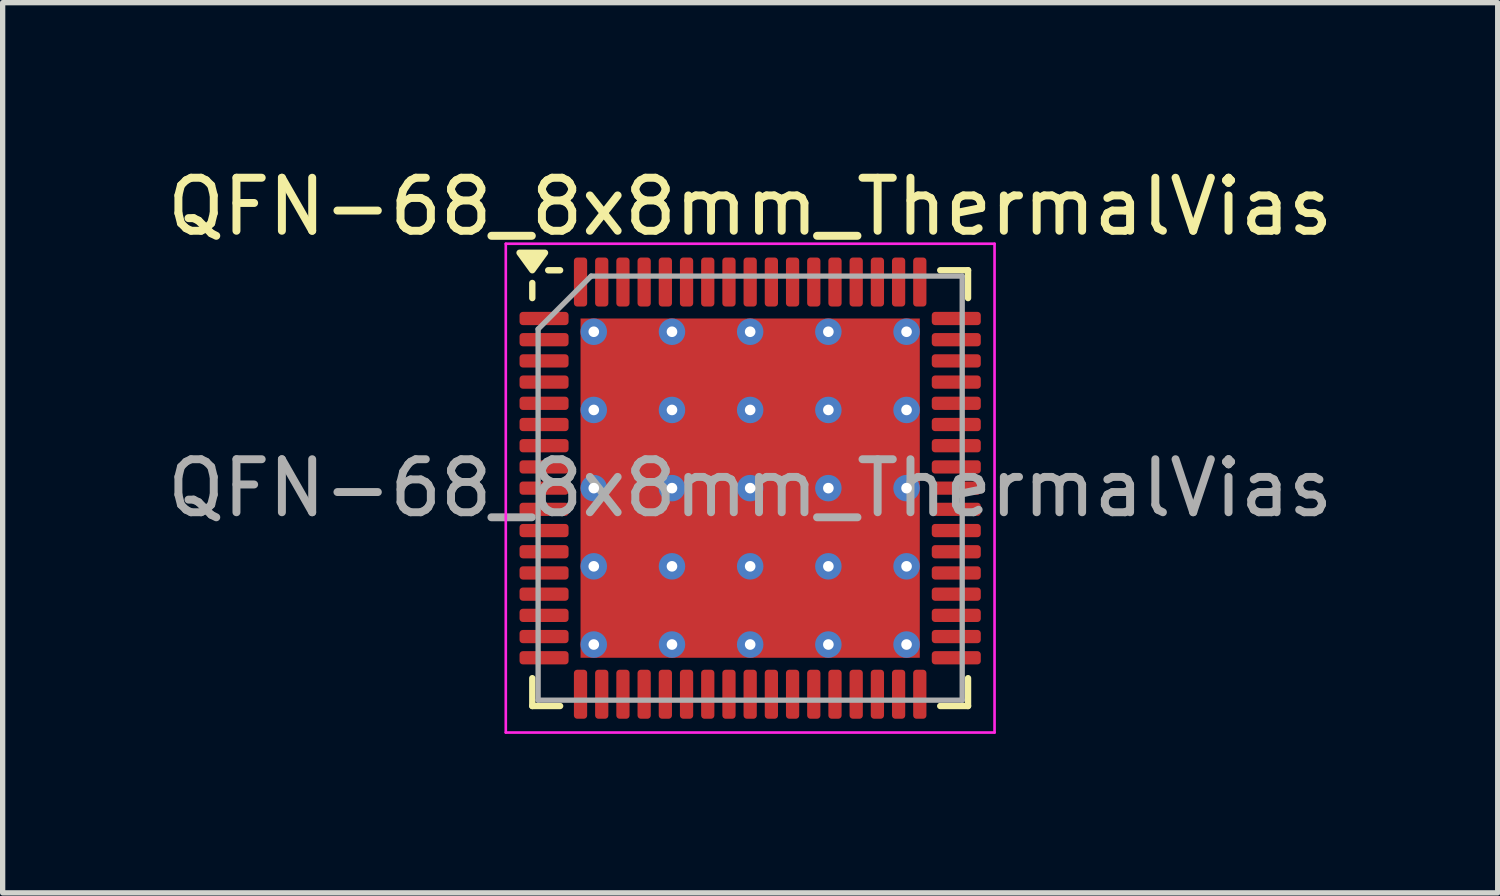
<source format=kicad_pcb>
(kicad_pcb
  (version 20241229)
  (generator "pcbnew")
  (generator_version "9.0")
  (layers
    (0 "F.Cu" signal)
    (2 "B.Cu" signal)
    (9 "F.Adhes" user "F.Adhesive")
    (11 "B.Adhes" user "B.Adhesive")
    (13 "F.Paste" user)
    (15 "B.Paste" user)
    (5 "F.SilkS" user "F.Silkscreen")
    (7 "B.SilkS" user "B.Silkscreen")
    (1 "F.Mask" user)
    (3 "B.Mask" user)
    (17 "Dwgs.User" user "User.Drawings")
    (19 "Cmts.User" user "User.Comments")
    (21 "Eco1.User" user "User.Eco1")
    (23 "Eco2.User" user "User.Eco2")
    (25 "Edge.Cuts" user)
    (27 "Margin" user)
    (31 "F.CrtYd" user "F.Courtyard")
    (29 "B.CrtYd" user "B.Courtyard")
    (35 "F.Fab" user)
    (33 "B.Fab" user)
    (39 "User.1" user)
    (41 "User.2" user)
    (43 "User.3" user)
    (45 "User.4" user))
  (footprint "QFN-68_8x8mm_ThermalVias"
    (layer "F.Cu")
    (at 11.101 6.158)
    (property "Reference" "QFN-68_8x8mm_ThermalVias" (at 0 -5.31 0) (layer "F.SilkS") (effects (font (size 1 1) (thickness 0.15))))
    (attr smd)
    (fp_line (start -4.11 -3.585) (end -4.11 -3.87) (stroke (width 0.12) (type solid)) (layer "F.SilkS"))
    (fp_line (start -4.11 4.11) (end -4.11 3.585) (stroke (width 0.12) (type solid)) (layer "F.SilkS"))
    (fp_line (start -3.585 -4.11) (end -3.81 -4.11) (stroke (width 0.12) (type solid)) (layer "F.SilkS"))
    (fp_line (start -3.585 4.11) (end -4.11 4.11) (stroke (width 0.12) (type solid)) (layer "F.SilkS"))
    (fp_line (start 3.585 -4.11) (end 4.11 -4.11) (stroke (width 0.12) (type solid)) (layer "F.SilkS"))
    (fp_line (start 3.585 4.11) (end 4.11 4.11) (stroke (width 0.12) (type solid)) (layer "F.SilkS"))
    (fp_line (start 4.11 -4.11) (end 4.11 -3.585) (stroke (width 0.12) (type solid)) (layer "F.SilkS"))
    (fp_line (start 4.11 4.11) (end 4.11 3.585) (stroke (width 0.12) (type solid)) (layer "F.SilkS"))
    (fp_poly (pts (xy -4.11 -4.11) (xy -4.35 -4.44) (xy -3.87 -4.44) (xy -4.11 -4.11)) (stroke (width 0.12) (type solid)) (fill yes) (layer "F.SilkS"))
    (fp_line (start -4.61 -4.61) (end -4.61 4.61) (stroke (width 0.05) (type solid)) (layer "F.CrtYd"))
    (fp_line (start -4.61 4.61) (end 4.61 4.61) (stroke (width 0.05) (type solid)) (layer "F.CrtYd"))
    (fp_line (start 4.61 -4.61) (end -4.61 -4.61) (stroke (width 0.05) (type solid)) (layer "F.CrtYd"))
    (fp_line (start 4.61 4.61) (end 4.61 -4.61) (stroke (width 0.05) (type solid)) (layer "F.CrtYd"))
    (fp_line (start -4 -3) (end -3 -4) (stroke (width 0.1) (type solid)) (layer "F.Fab"))
    (fp_line (start -4 4) (end -4 -3) (stroke (width 0.1) (type solid)) (layer "F.Fab"))
    (fp_line (start -3 -4) (end 4 -4) (stroke (width 0.1) (type solid)) (layer "F.Fab"))
    (fp_line (start 4 -4) (end 4 4) (stroke (width 0.1) (type solid)) (layer "F.Fab"))
    (fp_line (start 4 4) (end -4 4) (stroke (width 0.1) (type solid)) (layer "F.Fab"))
    (fp_text user "${REFERENCE}" (at 0 0 0) (layer "F.Fab") (effects (font (size 1 1) (thickness 0.15))))
    (pad "" smd roundrect (at -2.212 -2.212) (size 1.239 1.239) (layers "F.Paste") (roundrect_rratio 0.202))
    (pad "" smd roundrect (at -2.212 -0.738) (size 1.239 1.239) (layers "F.Paste") (roundrect_rratio 0.202))
    (pad "" smd roundrect (at -2.212 0.738) (size 1.239 1.239) (layers "F.Paste") (roundrect_rratio 0.202))
    (pad "" smd roundrect (at -2.212 2.212) (size 1.239 1.239) (layers "F.Paste") (roundrect_rratio 0.202))
    (pad "" smd roundrect (at -0.738 -2.212) (size 1.239 1.239) (layers "F.Paste") (roundrect_rratio 0.202))
    (pad "" smd roundrect (at -0.738 -0.738) (size 1.239 1.239) (layers "F.Paste") (roundrect_rratio 0.202))
    (pad "" smd roundrect (at -0.738 0.738) (size 1.239 1.239) (layers "F.Paste") (roundrect_rratio 0.202))
    (pad "" smd roundrect (at -0.738 2.212) (size 1.239 1.239) (layers "F.Paste") (roundrect_rratio 0.202))
    (pad "" smd roundrect (at 0.738 -2.212) (size 1.239 1.239) (layers "F.Paste") (roundrect_rratio 0.202))
    (pad "" smd roundrect (at 0.738 -0.738) (size 1.239 1.239) (layers "F.Paste") (roundrect_rratio 0.202))
    (pad "" smd roundrect (at 0.738 0.738) (size 1.239 1.239) (layers "F.Paste") (roundrect_rratio 0.202))
    (pad "" smd roundrect (at 0.738 2.212) (size 1.239 1.239) (layers "F.Paste") (roundrect_rratio 0.202))
    (pad "" smd roundrect (at 2.212 -2.212) (size 1.239 1.239) (layers "F.Paste") (roundrect_rratio 0.202))
    (pad "" smd roundrect (at 2.212 -0.738) (size 1.239 1.239) (layers "F.Paste") (roundrect_rratio 0.202))
    (pad "" smd roundrect (at 2.212 0.738) (size 1.239 1.239) (layers "F.Paste") (roundrect_rratio 0.202))
    (pad "" smd roundrect (at 2.212 2.212) (size 1.239 1.239) (layers "F.Paste") (roundrect_rratio 0.202))
    (pad "1" smd roundrect (at -3.888 -3.2) (size 0.925 0.25) (layers "F.Cu" "F.Mask" "F.Paste") (roundrect_rratio 0.25))
    (pad "2" smd roundrect (at -3.888 -2.8) (size 0.925 0.25) (layers "F.Cu" "F.Mask" "F.Paste") (roundrect_rratio 0.25))
    (pad "3" smd roundrect (at -3.888 -2.4) (size 0.925 0.25) (layers "F.Cu" "F.Mask" "F.Paste") (roundrect_rratio 0.25))
    (pad "4" smd roundrect (at -3.888 -2) (size 0.925 0.25) (layers "F.Cu" "F.Mask" "F.Paste") (roundrect_rratio 0.25))
    (pad "5" smd roundrect (at -3.888 -1.6) (size 0.925 0.25) (layers "F.Cu" "F.Mask" "F.Paste") (roundrect_rratio 0.25))
    (pad "6" smd roundrect (at -3.888 -1.2) (size 0.925 0.25) (layers "F.Cu" "F.Mask" "F.Paste") (roundrect_rratio 0.25))
    (pad "7" smd roundrect (at -3.888 -0.8) (size 0.925 0.25) (layers "F.Cu" "F.Mask" "F.Paste") (roundrect_rratio 0.25))
    (pad "8" smd roundrect (at -3.888 -0.4) (size 0.925 0.25) (layers "F.Cu" "F.Mask" "F.Paste") (roundrect_rratio 0.25))
    (pad "9" smd roundrect (at -3.888 0) (size 0.925 0.25) (layers "F.Cu" "F.Mask" "F.Paste") (roundrect_rratio 0.25))
    (pad "10" smd roundrect (at -3.888 0.4) (size 0.925 0.25) (layers "F.Cu" "F.Mask" "F.Paste") (roundrect_rratio 0.25))
    (pad "11" smd roundrect (at -3.888 0.8) (size 0.925 0.25) (layers "F.Cu" "F.Mask" "F.Paste") (roundrect_rratio 0.25))
    (pad "12" smd roundrect (at -3.888 1.2) (size 0.925 0.25) (layers "F.Cu" "F.Mask" "F.Paste") (roundrect_rratio 0.25))
    (pad "13" smd roundrect (at -3.888 1.6) (size 0.925 0.25) (layers "F.Cu" "F.Mask" "F.Paste") (roundrect_rratio 0.25))
    (pad "14" smd roundrect (at -3.888 2) (size 0.925 0.25) (layers "F.Cu" "F.Mask" "F.Paste") (roundrect_rratio 0.25))
    (pad "15" smd roundrect (at -3.888 2.4) (size 0.925 0.25) (layers "F.Cu" "F.Mask" "F.Paste") (roundrect_rratio 0.25))
    (pad "16" smd roundrect (at -3.888 2.8) (size 0.925 0.25) (layers "F.Cu" "F.Mask" "F.Paste") (roundrect_rratio 0.25))
    (pad "17" smd roundrect (at -3.888 3.2) (size 0.925 0.25) (layers "F.Cu" "F.Mask" "F.Paste") (roundrect_rratio 0.25))
    (pad "18" smd roundrect (at -3.2 3.888) (size 0.25 0.925) (layers "F.Cu" "F.Mask" "F.Paste") (roundrect_rratio 0.25))
    (pad "19" smd roundrect (at -2.8 3.888) (size 0.25 0.925) (layers "F.Cu" "F.Mask" "F.Paste") (roundrect_rratio 0.25))
    (pad "20" smd roundrect (at -2.4 3.888) (size 0.25 0.925) (layers "F.Cu" "F.Mask" "F.Paste") (roundrect_rratio 0.25))
    (pad "21" smd roundrect (at -2 3.888) (size 0.25 0.925) (layers "F.Cu" "F.Mask" "F.Paste") (roundrect_rratio 0.25))
    (pad "22" smd roundrect (at -1.6 3.888) (size 0.25 0.925) (layers "F.Cu" "F.Mask" "F.Paste") (roundrect_rratio 0.25))
    (pad "23" smd roundrect (at -1.2 3.888) (size 0.25 0.925) (layers "F.Cu" "F.Mask" "F.Paste") (roundrect_rratio 0.25))
    (pad "24" smd roundrect (at -0.8 3.888) (size 0.25 0.925) (layers "F.Cu" "F.Mask" "F.Paste") (roundrect_rratio 0.25))
    (pad "25" smd roundrect (at -0.4 3.888) (size 0.25 0.925) (layers "F.Cu" "F.Mask" "F.Paste") (roundrect_rratio 0.25))
    (pad "26" smd roundrect (at 0 3.888) (size 0.25 0.925) (layers "F.Cu" "F.Mask" "F.Paste") (roundrect_rratio 0.25))
    (pad "27" smd roundrect (at 0.4 3.888) (size 0.25 0.925) (layers "F.Cu" "F.Mask" "F.Paste") (roundrect_rratio 0.25))
    (pad "28" smd roundrect (at 0.8 3.888) (size 0.25 0.925) (layers "F.Cu" "F.Mask" "F.Paste") (roundrect_rratio 0.25))
    (pad "29" smd roundrect (at 1.2 3.888) (size 0.25 0.925) (layers "F.Cu" "F.Mask" "F.Paste") (roundrect_rratio 0.25))
    (pad "30" smd roundrect (at 1.6 3.888) (size 0.25 0.925) (layers "F.Cu" "F.Mask" "F.Paste") (roundrect_rratio 0.25))
    (pad "31" smd roundrect (at 2 3.888) (size 0.25 0.925) (layers "F.Cu" "F.Mask" "F.Paste") (roundrect_rratio 0.25))
    (pad "32" smd roundrect (at 2.4 3.888) (size 0.25 0.925) (layers "F.Cu" "F.Mask" "F.Paste") (roundrect_rratio 0.25))
    (pad "33" smd roundrect (at 2.8 3.888) (size 0.25 0.925) (layers "F.Cu" "F.Mask" "F.Paste") (roundrect_rratio 0.25))
    (pad "34" smd roundrect (at 3.2 3.888) (size 0.25 0.925) (layers "F.Cu" "F.Mask" "F.Paste") (roundrect_rratio 0.25))
    (pad "35" smd roundrect (at 3.888 3.2) (size 0.925 0.25) (layers "F.Cu" "F.Mask" "F.Paste") (roundrect_rratio 0.25))
    (pad "36" smd roundrect (at 3.888 2.8) (size 0.925 0.25) (layers "F.Cu" "F.Mask" "F.Paste") (roundrect_rratio 0.25))
    (pad "37" smd roundrect (at 3.888 2.4) (size 0.925 0.25) (layers "F.Cu" "F.Mask" "F.Paste") (roundrect_rratio 0.25))
    (pad "38" smd roundrect (at 3.888 2) (size 0.925 0.25) (layers "F.Cu" "F.Mask" "F.Paste") (roundrect_rratio 0.25))
    (pad "39" smd roundrect (at 3.888 1.6) (size 0.925 0.25) (layers "F.Cu" "F.Mask" "F.Paste") (roundrect_rratio 0.25))
    (pad "40" smd roundrect (at 3.888 1.2) (size 0.925 0.25) (layers "F.Cu" "F.Mask" "F.Paste") (roundrect_rratio 0.25))
    (pad "41" smd roundrect (at 3.888 0.8) (size 0.925 0.25) (layers "F.Cu" "F.Mask" "F.Paste") (roundrect_rratio 0.25))
    (pad "42" smd roundrect (at 3.888 0.4) (size 0.925 0.25) (layers "F.Cu" "F.Mask" "F.Paste") (roundrect_rratio 0.25))
    (pad "43" smd roundrect (at 3.888 0) (size 0.925 0.25) (layers "F.Cu" "F.Mask" "F.Paste") (roundrect_rratio 0.25))
    (pad "44" smd roundrect (at 3.888 -0.4) (size 0.925 0.25) (layers "F.Cu" "F.Mask" "F.Paste") (roundrect_rratio 0.25))
    (pad "45" smd roundrect (at 3.888 -0.8) (size 0.925 0.25) (layers "F.Cu" "F.Mask" "F.Paste") (roundrect_rratio 0.25))
    (pad "46" smd roundrect (at 3.888 -1.2) (size 0.925 0.25) (layers "F.Cu" "F.Mask" "F.Paste") (roundrect_rratio 0.25))
    (pad "47" smd roundrect (at 3.888 -1.6) (size 0.925 0.25) (layers "F.Cu" "F.Mask" "F.Paste") (roundrect_rratio 0.25))
    (pad "48" smd roundrect (at 3.888 -2) (size 0.925 0.25) (layers "F.Cu" "F.Mask" "F.Paste") (roundrect_rratio 0.25))
    (pad "49" smd roundrect (at 3.888 -2.4) (size 0.925 0.25) (layers "F.Cu" "F.Mask" "F.Paste") (roundrect_rratio 0.25))
    (pad "50" smd roundrect (at 3.888 -2.8) (size 0.925 0.25) (layers "F.Cu" "F.Mask" "F.Paste") (roundrect_rratio 0.25))
    (pad "51" smd roundrect (at 3.888 -3.2) (size 0.925 0.25) (layers "F.Cu" "F.Mask" "F.Paste") (roundrect_rratio 0.25))
    (pad "52" smd roundrect (at 3.2 -3.888) (size 0.25 0.925) (layers "F.Cu" "F.Mask" "F.Paste") (roundrect_rratio 0.25))
    (pad "53" smd roundrect (at 2.8 -3.888) (size 0.25 0.925) (layers "F.Cu" "F.Mask" "F.Paste") (roundrect_rratio 0.25))
    (pad "54" smd roundrect (at 2.4 -3.888) (size 0.25 0.925) (layers "F.Cu" "F.Mask" "F.Paste") (roundrect_rratio 0.25))
    (pad "55" smd roundrect (at 2 -3.888) (size 0.25 0.925) (layers "F.Cu" "F.Mask" "F.Paste") (roundrect_rratio 0.25))
    (pad "56" smd roundrect (at 1.6 -3.888) (size 0.25 0.925) (layers "F.Cu" "F.Mask" "F.Paste") (roundrect_rratio 0.25))
    (pad "57" smd roundrect (at 1.2 -3.888) (size 0.25 0.925) (layers "F.Cu" "F.Mask" "F.Paste") (roundrect_rratio 0.25))
    (pad "58" smd roundrect (at 0.8 -3.888) (size 0.25 0.925) (layers "F.Cu" "F.Mask" "F.Paste") (roundrect_rratio 0.25))
    (pad "59" smd roundrect (at 0.4 -3.888) (size 0.25 0.925) (layers "F.Cu" "F.Mask" "F.Paste") (roundrect_rratio 0.25))
    (pad "60" smd roundrect (at 0 -3.888) (size 0.25 0.925) (layers "F.Cu" "F.Mask" "F.Paste") (roundrect_rratio 0.25))
    (pad "61" smd roundrect (at -0.4 -3.888) (size 0.25 0.925) (layers "F.Cu" "F.Mask" "F.Paste") (roundrect_rratio 0.25))
    (pad "62" smd roundrect (at -0.8 -3.888) (size 0.25 0.925) (layers "F.Cu" "F.Mask" "F.Paste") (roundrect_rratio 0.25))
    (pad "63" smd roundrect (at -1.2 -3.888) (size 0.25 0.925) (layers "F.Cu" "F.Mask" "F.Paste") (roundrect_rratio 0.25))
    (pad "64" smd roundrect (at -1.6 -3.888) (size 0.25 0.925) (layers "F.Cu" "F.Mask" "F.Paste") (roundrect_rratio 0.25))
    (pad "65" smd roundrect (at -2 -3.888) (size 0.25 0.925) (layers "F.Cu" "F.Mask" "F.Paste") (roundrect_rratio 0.25))
    (pad "66" smd roundrect (at -2.4 -3.888) (size 0.25 0.925) (layers "F.Cu" "F.Mask" "F.Paste") (roundrect_rratio 0.25))
    (pad "67" smd roundrect (at -2.8 -3.888) (size 0.25 0.925) (layers "F.Cu" "F.Mask" "F.Paste") (roundrect_rratio 0.25))
    (pad "68" smd roundrect (at -3.2 -3.888) (size 0.25 0.925) (layers "F.Cu" "F.Mask" "F.Paste") (roundrect_rratio 0.25))
    (pad "69" thru_hole circle (at -2.95 -2.95) (size 0.5 0.5) (drill 0.2) (property pad_prop_heatsink) (layers "*.Cu"))
    (pad "69" thru_hole circle (at -2.95 -1.475) (size 0.5 0.5) (drill 0.2) (property pad_prop_heatsink) (layers "*.Cu"))
    (pad "69" thru_hole circle (at -2.95 0) (size 0.5 0.5) (drill 0.2) (property pad_prop_heatsink) (layers "*.Cu"))
    (pad "69" thru_hole circle (at -2.95 1.475) (size 0.5 0.5) (drill 0.2) (property pad_prop_heatsink) (layers "*.Cu"))
    (pad "69" thru_hole circle (at -2.95 2.95) (size 0.5 0.5) (drill 0.2) (property pad_prop_heatsink) (layers "*.Cu"))
    (pad "69" thru_hole circle (at -1.475 -2.95) (size 0.5 0.5) (drill 0.2) (property pad_prop_heatsink) (layers "*.Cu"))
    (pad "69" thru_hole circle (at -1.475 -1.475) (size 0.5 0.5) (drill 0.2) (property pad_prop_heatsink) (layers "*.Cu"))
    (pad "69" thru_hole circle (at -1.475 0) (size 0.5 0.5) (drill 0.2) (property pad_prop_heatsink) (layers "*.Cu"))
    (pad "69" thru_hole circle (at -1.475 1.475) (size 0.5 0.5) (drill 0.2) (property pad_prop_heatsink) (layers "*.Cu"))
    (pad "69" thru_hole circle (at -1.475 2.95) (size 0.5 0.5) (drill 0.2) (property pad_prop_heatsink) (layers "*.Cu"))
    (pad "69" thru_hole circle (at 0 -2.95) (size 0.5 0.5) (drill 0.2) (property pad_prop_heatsink) (layers "*.Cu"))
    (pad "69" thru_hole circle (at 0 -1.475) (size 0.5 0.5) (drill 0.2) (property pad_prop_heatsink) (layers "*.Cu"))
    (pad "69" thru_hole circle (at 0 0) (size 0.5 0.5) (drill 0.2) (property pad_prop_heatsink) (layers "*.Cu"))
    (pad "69" smd rect (at 0 0) (size 6.4 6.4) (property pad_prop_heatsink) (layers "F.Cu" "F.Mask"))
    (pad "69" thru_hole circle (at 0 1.475) (size 0.5 0.5) (drill 0.2) (property pad_prop_heatsink) (layers "*.Cu"))
    (pad "69" thru_hole circle (at 0 2.95) (size 0.5 0.5) (drill 0.2) (property pad_prop_heatsink) (layers "*.Cu"))
    (pad "69" thru_hole circle (at 1.475 -2.95) (size 0.5 0.5) (drill 0.2) (property pad_prop_heatsink) (layers "*.Cu"))
    (pad "69" thru_hole circle (at 1.475 -1.475) (size 0.5 0.5) (drill 0.2) (property pad_prop_heatsink) (layers "*.Cu"))
    (pad "69" thru_hole circle (at 1.475 0) (size 0.5 0.5) (drill 0.2) (property pad_prop_heatsink) (layers "*.Cu"))
    (pad "69" thru_hole circle (at 1.475 1.475) (size 0.5 0.5) (drill 0.2) (property pad_prop_heatsink) (layers "*.Cu"))
    (pad "69" thru_hole circle (at 1.475 2.95) (size 0.5 0.5) (drill 0.2) (property pad_prop_heatsink) (layers "*.Cu"))
    (pad "69" thru_hole circle (at 2.95 -2.95) (size 0.5 0.5) (drill 0.2) (property pad_prop_heatsink) (layers "*.Cu"))
    (pad "69" thru_hole circle (at 2.95 -1.475) (size 0.5 0.5) (drill 0.2) (property pad_prop_heatsink) (layers "*.Cu"))
    (pad "69" thru_hole circle (at 2.95 0) (size 0.5 0.5) (drill 0.2) (property pad_prop_heatsink) (layers "*.Cu"))
    (pad "69" thru_hole circle (at 2.95 1.475) (size 0.5 0.5) (drill 0.2) (property pad_prop_heatsink) (layers "*.Cu"))
    (pad "69" thru_hole circle (at 2.95 2.95) (size 0.5 0.5) (drill 0.2) (property pad_prop_heatsink) (layers "*.Cu")))
  (gr_rect
    (start -3 -3)
    (end 25.202 13.793)
    (stroke (width 0.1) (type default))
    (fill no)
    (layer "Edge.Cuts")))
</source>
